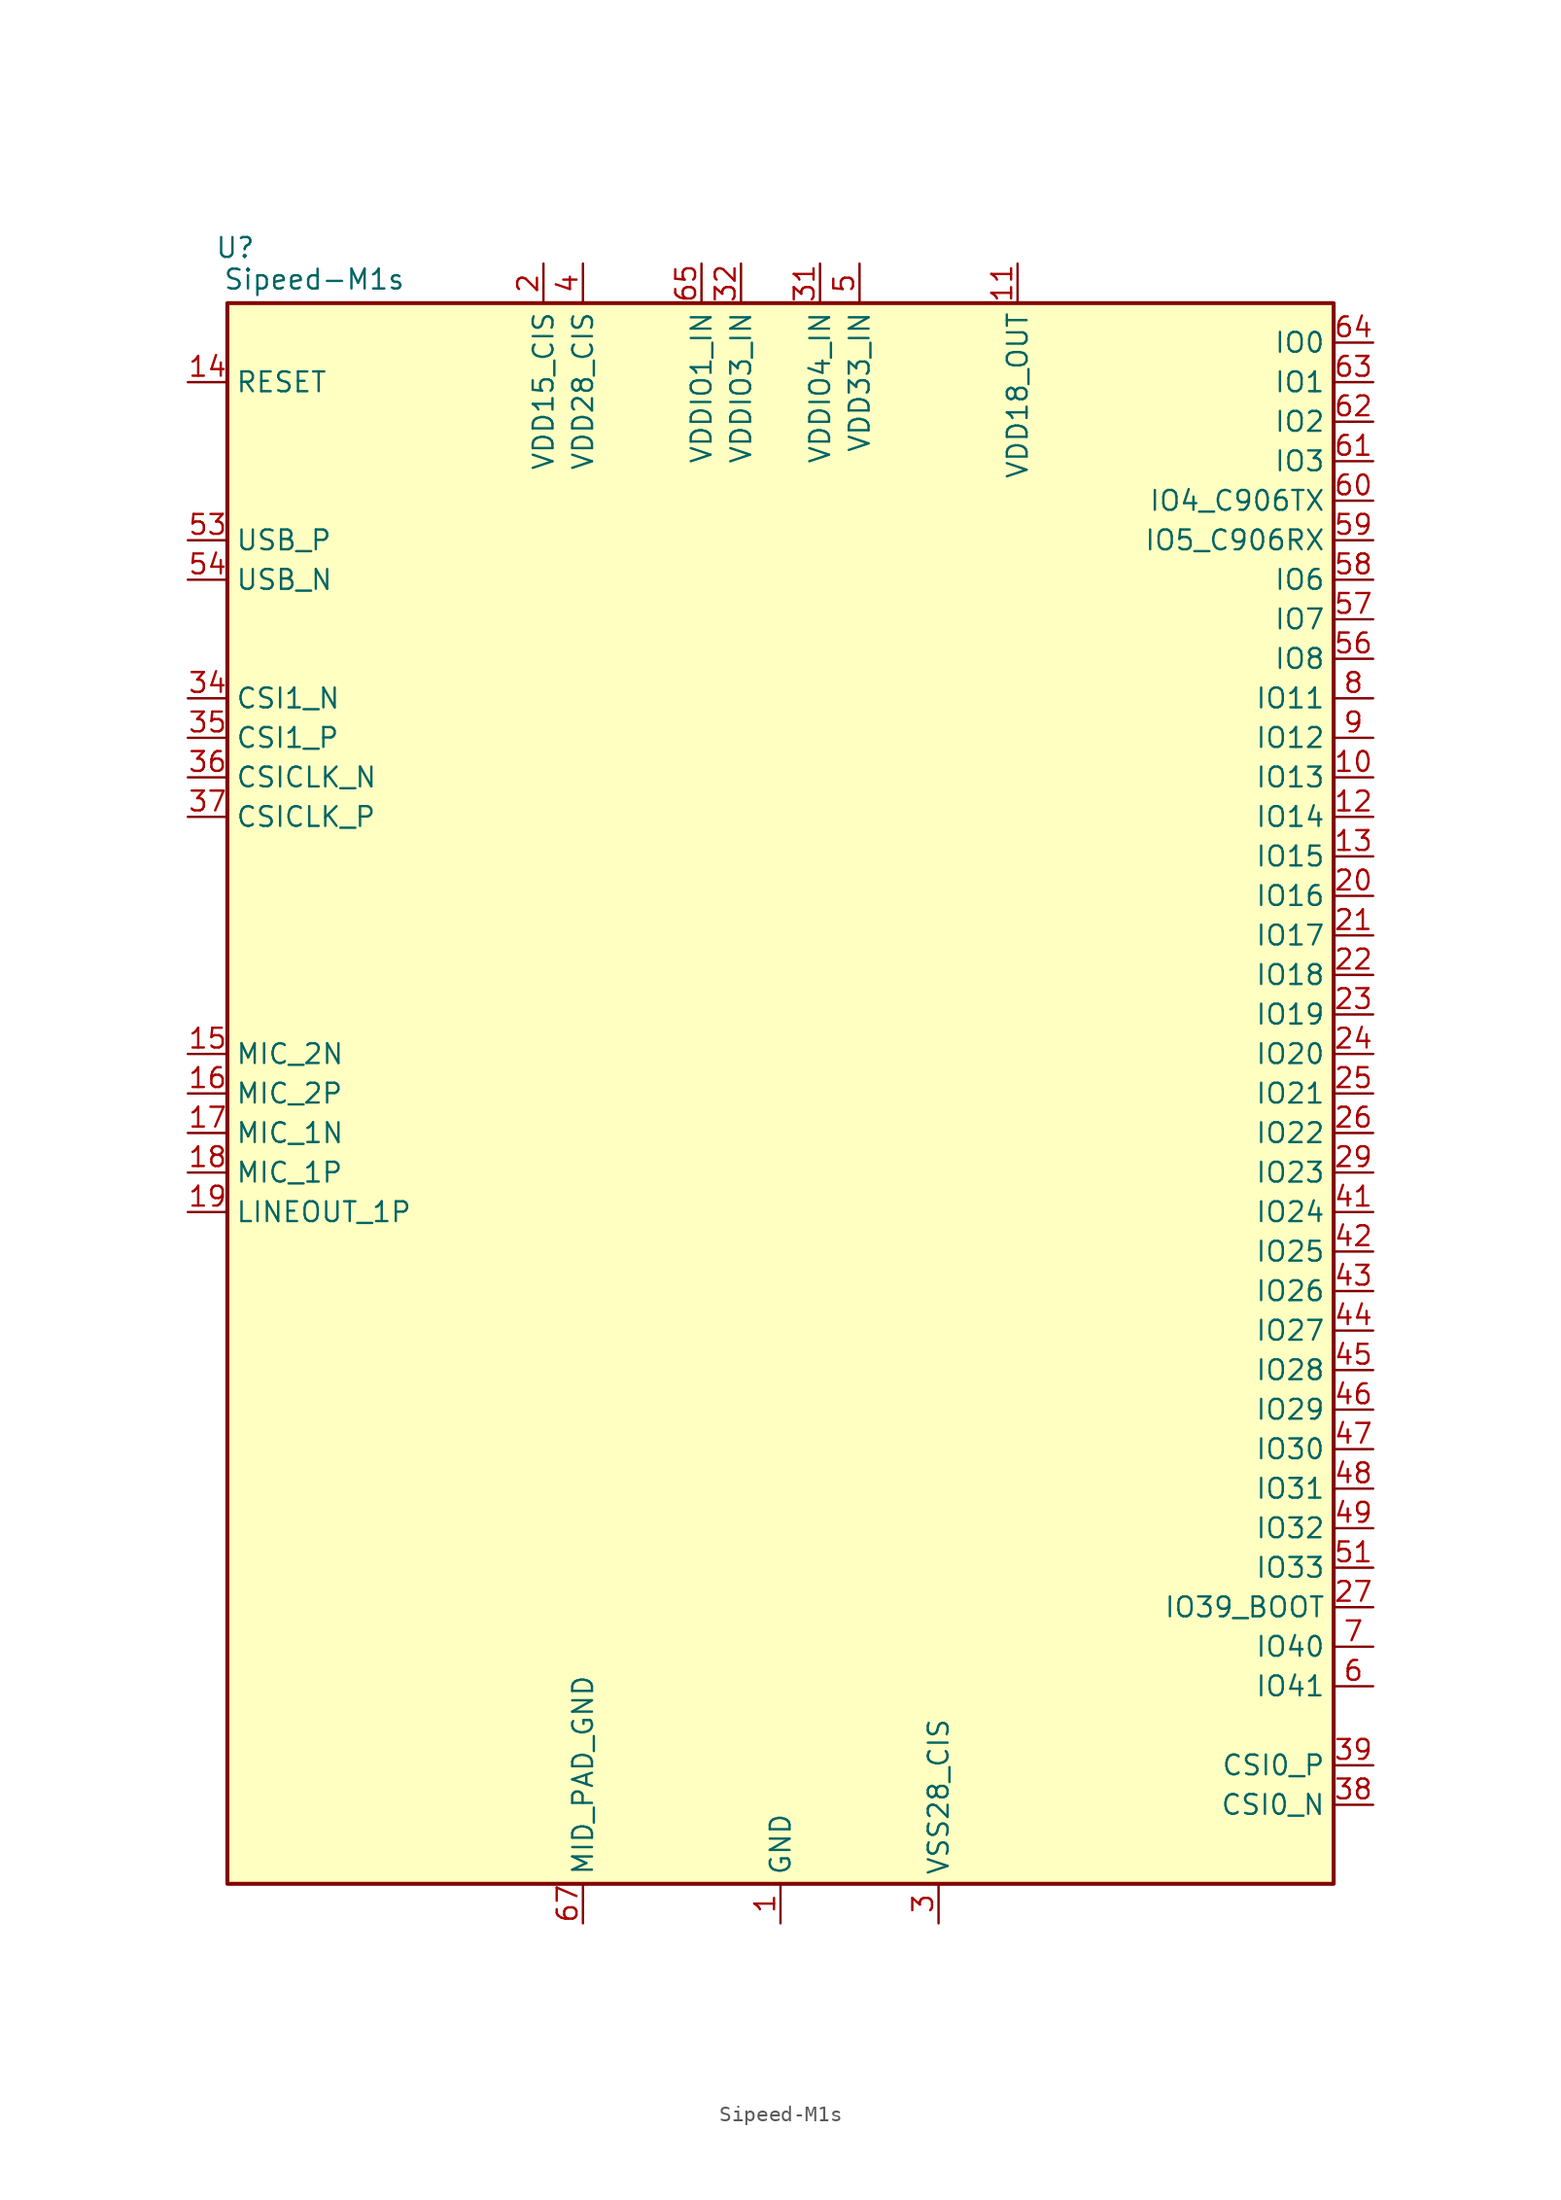
<source format=kicad_sym>
(kicad_symbol_lib
  (version 20231120)
  (generator "kicad_symbol_editor")
  (generator_version "8.0")
  (symbol "Sipeed-M1s"
    (property "Reference" "U"
      (at -35.052 54.356 0)
      (effects (font (size 1.27 1.27))))
    (property "Value" "Sipeed-M1s"
      (at -29.972 52.324 0)
      (effects (font (size 1.27 1.27))))
    (symbol "Sipeed-M1s_1_0"
      (rectangle (start -35.56 50.8) (end 35.56 -50.8) (stroke (width 0.254) (type default)) (fill (type background)))
      (pin power_in line (at 0 -53.34 90) (length 2.54) (name "GND" (effects (font (size 1.27 1.27)))) (number "1" (effects (font (size 1.27 1.27)))))
      (pin bidirectional line (at 38.1 20.32 180) (length 2.54) (name "IO13" (effects (font (size 1.27 1.27)))) (number "10" (effects (font (size 1.27 1.27)))))
      (pin power_out line (at 15.24 53.34 270) (length 2.54) (name "VDD18_OUT" (effects (font (size 1.27 1.27)))) (number "11" (effects (font (size 1.27 1.27)))))
      (pin bidirectional line (at 38.1 17.78 180) (length 2.54) (name "IO14" (effects (font (size 1.27 1.27)))) (number "12" (effects (font (size 1.27 1.27)))))
      (pin bidirectional line (at 38.1 15.24 180) (length 2.54) (name "IO15" (effects (font (size 1.27 1.27)))) (number "13" (effects (font (size 1.27 1.27)))))
      (pin input line (at -38.1 45.72 0) (length 2.54) (name "RESET" (effects (font (size 1.27 1.27)))) (number "14" (effects (font (size 1.27 1.27)))))
      (pin passive line (at -38.1 2.54 0) (length 2.54) (name "MIC_2N" (effects (font (size 1.27 1.27)))) (number "15" (effects (font (size 1.27 1.27)))))
      (pin passive line (at -38.1 0 0) (length 2.54) (name "MIC_2P" (effects (font (size 1.27 1.27)))) (number "16" (effects (font (size 1.27 1.27)))))
      (pin passive line (at -38.1 -2.54 0) (length 2.54) (name "MIC_1N" (effects (font (size 1.27 1.27)))) (number "17" (effects (font (size 1.27 1.27)))))
      (pin passive line (at -38.1 -5.08 0) (length 2.54) (name "MIC_1P" (effects (font (size 1.27 1.27)))) (number "18" (effects (font (size 1.27 1.27)))))
      (pin passive line (at -38.1 -7.62 0) (length 2.54) (name "LINEOUT_1P" (effects (font (size 1.27 1.27)))) (number "19" (effects (font (size 1.27 1.27)))))
      (pin power_in line (at -15.24 53.34 270) (length 2.54) (name "VDD15_CIS" (effects (font (size 1.27 1.27)))) (number "2" (effects (font (size 1.27 1.27)))))
      (pin bidirectional line (at 38.1 12.7 180) (length 2.54) (name "IO16" (effects (font (size 1.27 1.27)))) (number "20" (effects (font (size 1.27 1.27)))))
      (pin bidirectional line (at 38.1 10.16 180) (length 2.54) (name "IO17" (effects (font (size 1.27 1.27)))) (number "21" (effects (font (size 1.27 1.27)))))
      (pin bidirectional line (at 38.1 7.62 180) (length 2.54) (name "IO18" (effects (font (size 1.27 1.27)))) (number "22" (effects (font (size 1.27 1.27)))))
      (pin bidirectional line (at 38.1 5.08 180) (length 2.54) (name "IO19" (effects (font (size 1.27 1.27)))) (number "23" (effects (font (size 1.27 1.27)))))
      (pin bidirectional line (at 38.1 2.54 180) (length 2.54) (name "IO20" (effects (font (size 1.27 1.27)))) (number "24" (effects (font (size 1.27 1.27)))))
      (pin bidirectional line (at 38.1 0 180) (length 2.54) (name "IO21" (effects (font (size 1.27 1.27)))) (number "25" (effects (font (size 1.27 1.27)))))
      (pin bidirectional line (at 38.1 -2.54 180) (length 2.54) (name "IO22" (effects (font (size 1.27 1.27)))) (number "26" (effects (font (size 1.27 1.27)))))
      (pin bidirectional line (at 38.1 -33.02 180) (length 2.54) (name "IO39_BOOT" (effects (font (size 1.27 1.27)))) (number "27" (effects (font (size 1.27 1.27)))))
      (pin passive line (at 0 -53.34 90) (length 2.54) hide (name "GND" (effects (font (size 1.27 1.27)))) (number "28" (effects (font (size 1.27 1.27)))))
      (pin bidirectional line (at 38.1 -5.08 180) (length 2.54) (name "IO23" (effects (font (size 1.27 1.27)))) (number "29" (effects (font (size 1.27 1.27)))))
      (pin passive line (at 10.16 -53.34 90) (length 2.54) (name "VSS28_CIS" (effects (font (size 1.27 1.27)))) (number "3" (effects (font (size 1.27 1.27)))))
      (pin passive line (at 0 -53.34 90) (length 2.54) hide (name "GND" (effects (font (size 1.27 1.27)))) (number "30" (effects (font (size 1.27 1.27)))))
      (pin power_in line (at 2.54 53.34 270) (length 2.54) (name "VDDIO4_IN" (effects (font (size 1.27 1.27)))) (number "31" (effects (font (size 1.27 1.27)))))
      (pin power_in line (at -2.54 53.34 270) (length 2.54) (name "VDDIO3_IN" (effects (font (size 1.27 1.27)))) (number "32" (effects (font (size 1.27 1.27)))))
      (pin passive line (at 0 -53.34 90) (length 2.54) hide (name "GND" (effects (font (size 1.27 1.27)))) (number "33" (effects (font (size 1.27 1.27)))))
      (pin passive line (at -38.1 25.4 0) (length 2.54) (name "CSI1_N" (effects (font (size 1.27 1.27)))) (number "34" (effects (font (size 1.27 1.27)))))
      (pin passive line (at -38.1 22.86 0) (length 2.54) (name "CSI1_P" (effects (font (size 1.27 1.27)))) (number "35" (effects (font (size 1.27 1.27)))))
      (pin passive line (at -38.1 20.32 0) (length 2.54) (name "CSICLK_N" (effects (font (size 1.27 1.27)))) (number "36" (effects (font (size 1.27 1.27)))))
      (pin passive line (at -38.1 17.78 0) (length 2.54) (name "CSICLK_P" (effects (font (size 1.27 1.27)))) (number "37" (effects (font (size 1.27 1.27)))))
      (pin output line (at 38.1 -45.72 180) (length 2.54) (name "CSI0_N" (effects (font (size 1.27 1.27)))) (number "38" (effects (font (size 1.27 1.27)))))
      (pin output line (at 38.1 -43.18 180) (length 2.54) (name "CSI0_P" (effects (font (size 1.27 1.27)))) (number "39" (effects (font (size 1.27 1.27)))))
      (pin power_in line (at -12.7 53.34 270) (length 2.54) (name "VDD28_CIS" (effects (font (size 1.27 1.27)))) (number "4" (effects (font (size 1.27 1.27)))))
      (pin passive line (at 0 -53.34 90) (length 2.54) hide (name "GND" (effects (font (size 1.27 1.27)))) (number "40" (effects (font (size 1.27 1.27)))))
      (pin bidirectional line (at 38.1 -7.62 180) (length 2.54) (name "IO24" (effects (font (size 1.27 1.27)))) (number "41" (effects (font (size 1.27 1.27)))))
      (pin bidirectional line (at 38.1 -10.16 180) (length 2.54) (name "IO25" (effects (font (size 1.27 1.27)))) (number "42" (effects (font (size 1.27 1.27)))))
      (pin bidirectional line (at 38.1 -12.7 180) (length 2.54) (name "IO26" (effects (font (size 1.27 1.27)))) (number "43" (effects (font (size 1.27 1.27)))))
      (pin bidirectional line (at 38.1 -15.24 180) (length 2.54) (name "IO27" (effects (font (size 1.27 1.27)))) (number "44" (effects (font (size 1.27 1.27)))))
      (pin bidirectional line (at 38.1 -17.78 180) (length 2.54) (name "IO28" (effects (font (size 1.27 1.27)))) (number "45" (effects (font (size 1.27 1.27)))))
      (pin bidirectional line (at 38.1 -20.32 180) (length 2.54) (name "IO29" (effects (font (size 1.27 1.27)))) (number "46" (effects (font (size 1.27 1.27)))))
      (pin bidirectional line (at 38.1 -22.86 180) (length 2.54) (name "IO30" (effects (font (size 1.27 1.27)))) (number "47" (effects (font (size 1.27 1.27)))))
      (pin bidirectional line (at 38.1 -25.4 180) (length 2.54) (name "IO31" (effects (font (size 1.27 1.27)))) (number "48" (effects (font (size 1.27 1.27)))))
      (pin bidirectional line (at 38.1 -27.94 180) (length 2.54) (name "IO32" (effects (font (size 1.27 1.27)))) (number "49" (effects (font (size 1.27 1.27)))))
      (pin power_in line (at 5.08 53.34 270) (length 2.54) (name "VDD33_IN" (effects (font (size 1.27 1.27)))) (number "5" (effects (font (size 1.27 1.27)))))
      (pin passive line (at 0 -53.34 90) (length 2.54) hide (name "GND" (effects (font (size 1.27 1.27)))) (number "50" (effects (font (size 1.27 1.27)))))
      (pin bidirectional line (at 38.1 -30.48 180) (length 2.54) (name "IO33" (effects (font (size 1.27 1.27)))) (number "51" (effects (font (size 1.27 1.27)))))
      (pin passive line (at 0 -53.34 90) (length 2.54) hide (name "GND" (effects (font (size 1.27 1.27)))) (number "52" (effects (font (size 1.27 1.27)))))
      (pin passive line (at -38.1 35.56 0) (length 2.54) (name "USB_P" (effects (font (size 1.27 1.27)))) (number "53" (effects (font (size 1.27 1.27)))))
      (pin passive line (at -38.1 33.02 0) (length 2.54) (name "USB_N" (effects (font (size 1.27 1.27)))) (number "54" (effects (font (size 1.27 1.27)))))
      (pin passive line (at 0 -53.34 90) (length 2.54) hide (name "GND" (effects (font (size 1.27 1.27)))) (number "55" (effects (font (size 1.27 1.27)))))
      (pin bidirectional line (at 38.1 27.94 180) (length 2.54) (name "IO8" (effects (font (size 1.27 1.27)))) (number "56" (effects (font (size 1.27 1.27)))))
      (pin bidirectional line (at 38.1 30.48 180) (length 2.54) (name "IO7" (effects (font (size 1.27 1.27)))) (number "57" (effects (font (size 1.27 1.27)))))
      (pin bidirectional line (at 38.1 33.02 180) (length 2.54) (name "IO6" (effects (font (size 1.27 1.27)))) (number "58" (effects (font (size 1.27 1.27)))))
      (pin bidirectional line (at 38.1 35.56 180) (length 2.54) (name "IO5_C906RX" (effects (font (size 1.27 1.27)))) (number "59" (effects (font (size 1.27 1.27)))))
      (pin bidirectional line (at 38.1 -38.1 180) (length 2.54) (name "IO41" (effects (font (size 1.27 1.27)))) (number "6" (effects (font (size 1.27 1.27)))))
      (pin bidirectional line (at 38.1 38.1 180) (length 2.54) (name "IO4_C906TX" (effects (font (size 1.27 1.27)))) (number "60" (effects (font (size 1.27 1.27)))))
      (pin bidirectional line (at 38.1 40.64 180) (length 2.54) (name "IO3" (effects (font (size 1.27 1.27)))) (number "61" (effects (font (size 1.27 1.27)))))
      (pin bidirectional line (at 38.1 43.18 180) (length 2.54) (name "IO2" (effects (font (size 1.27 1.27)))) (number "62" (effects (font (size 1.27 1.27)))))
      (pin bidirectional line (at 38.1 45.72 180) (length 2.54) (name "IO1" (effects (font (size 1.27 1.27)))) (number "63" (effects (font (size 1.27 1.27)))))
      (pin bidirectional line (at 38.1 48.26 180) (length 2.54) (name "IO0" (effects (font (size 1.27 1.27)))) (number "64" (effects (font (size 1.27 1.27)))))
      (pin power_in line (at -5.08 53.34 270) (length 2.54) (name "VDDIO1_IN" (effects (font (size 1.27 1.27)))) (number "65" (effects (font (size 1.27 1.27)))))
      (pin passive line (at 0 -53.34 90) (length 2.54) hide (name "GND" (effects (font (size 1.27 1.27)))) (number "66" (effects (font (size 1.27 1.27)))))
      (pin power_in line (at -12.7 -53.34 90) (length 2.54) (name "MID_PAD_GND" (effects (font (size 1.27 1.27)))) (number "67" (effects (font (size 1.27 1.27)))))
      (pin bidirectional line (at 38.1 -35.56 180) (length 2.54) (name "IO40" (effects (font (size 1.27 1.27)))) (number "7" (effects (font (size 1.27 1.27)))))
      (pin bidirectional line (at 38.1 25.4 180) (length 2.54) (name "IO11" (effects (font (size 1.27 1.27)))) (number "8" (effects (font (size 1.27 1.27)))))
      (pin bidirectional line (at 38.1 22.86 180) (length 2.54) (name "IO12" (effects (font (size 1.27 1.27)))) (number "9" (effects (font (size 1.27 1.27))))))))
</source>
